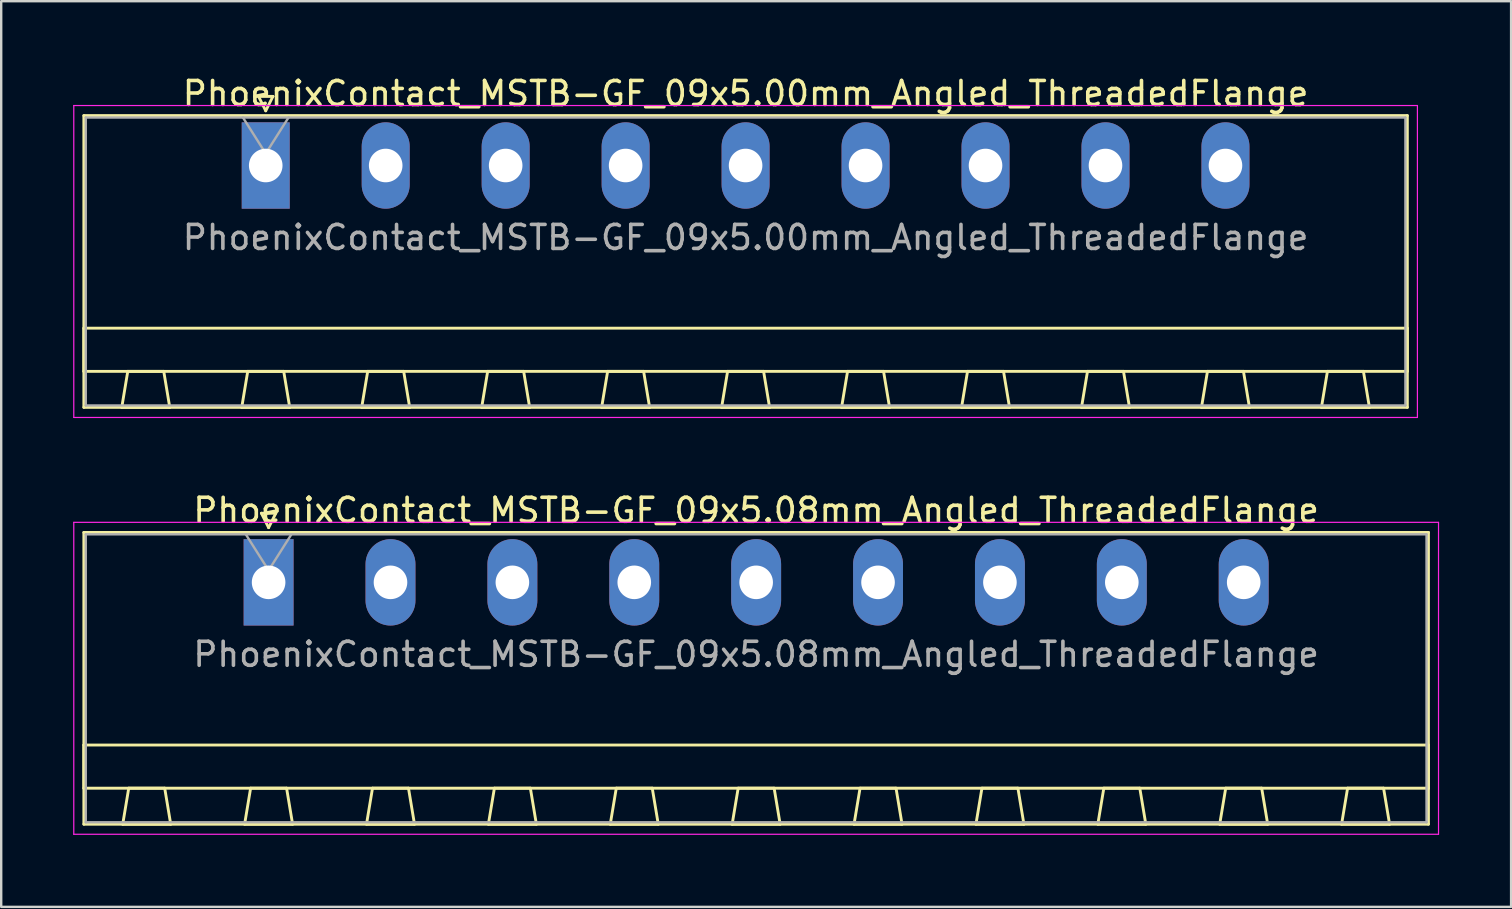
<source format=kicad_pcb>
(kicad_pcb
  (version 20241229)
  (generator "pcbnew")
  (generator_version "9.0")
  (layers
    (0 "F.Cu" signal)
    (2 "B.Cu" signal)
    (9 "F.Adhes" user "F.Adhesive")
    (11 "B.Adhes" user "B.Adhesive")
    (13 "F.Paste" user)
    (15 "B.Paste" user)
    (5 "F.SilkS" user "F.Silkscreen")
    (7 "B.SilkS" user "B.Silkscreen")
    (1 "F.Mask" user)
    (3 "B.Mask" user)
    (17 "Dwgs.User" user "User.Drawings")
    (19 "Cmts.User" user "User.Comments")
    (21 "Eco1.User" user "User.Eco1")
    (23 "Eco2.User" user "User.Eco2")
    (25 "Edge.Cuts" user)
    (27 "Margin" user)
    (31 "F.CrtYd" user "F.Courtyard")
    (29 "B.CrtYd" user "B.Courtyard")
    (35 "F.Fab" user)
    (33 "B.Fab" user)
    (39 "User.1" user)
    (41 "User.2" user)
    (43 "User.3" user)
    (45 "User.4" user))
  (footprint "PhoenixContact_MSTB-GF_09x5.00mm_Angled_ThreadedFlange"
    (layer "F.Cu")
    (at 8.025 3.848)
    (property "Reference" "PhoenixContact_MSTB-GF_09x5.00mm_Angled_ThreadedFlange" (at 20 -3 0) (layer "F.SilkS") (effects (font (size 1 1) (thickness 0.15))))
    (attr through_hole)
    (fp_line (start -7.58 -2.08) (end -7.58 10.08) (stroke (width 0.12) (type solid)) (layer "F.SilkS"))
    (fp_line (start -7.58 6.78) (end 47.58 6.78) (stroke (width 0.12) (type solid)) (layer "F.SilkS"))
    (fp_line (start -7.58 8.58) (end -7.58 6.78) (stroke (width 0.12) (type solid)) (layer "F.SilkS"))
    (fp_line (start -7.58 10.08) (end 47.58 10.08) (stroke (width 0.12) (type solid)) (layer "F.SilkS"))
    (fp_line (start -6 10.08) (end -4 10.08) (stroke (width 0.12) (type solid)) (layer "F.SilkS"))
    (fp_line (start -5.75 8.58) (end -6 10.08) (stroke (width 0.12) (type solid)) (layer "F.SilkS"))
    (fp_line (start -4.25 8.58) (end -5.75 8.58) (stroke (width 0.12) (type solid)) (layer "F.SilkS"))
    (fp_line (start -4 10.08) (end -4.25 8.58) (stroke (width 0.12) (type solid)) (layer "F.SilkS"))
    (fp_line (start -1 10.08) (end 1 10.08) (stroke (width 0.12) (type solid)) (layer "F.SilkS"))
    (fp_line (start -0.75 8.58) (end -1 10.08) (stroke (width 0.12) (type solid)) (layer "F.SilkS"))
    (fp_line (start -0.3 -2.88) (end 0.3 -2.88) (stroke (width 0.12) (type solid)) (layer "F.SilkS"))
    (fp_line (start 0 -2.28) (end -0.3 -2.88) (stroke (width 0.12) (type solid)) (layer "F.SilkS"))
    (fp_line (start 0.3 -2.88) (end 0 -2.28) (stroke (width 0.12) (type solid)) (layer "F.SilkS"))
    (fp_line (start 0.75 8.58) (end -0.75 8.58) (stroke (width 0.12) (type solid)) (layer "F.SilkS"))
    (fp_line (start 1 10.08) (end 0.75 8.58) (stroke (width 0.12) (type solid)) (layer "F.SilkS"))
    (fp_line (start 4 10.08) (end 6 10.08) (stroke (width 0.12) (type solid)) (layer "F.SilkS"))
    (fp_line (start 4.25 8.58) (end 4 10.08) (stroke (width 0.12) (type solid)) (layer "F.SilkS"))
    (fp_line (start 5.75 8.58) (end 4.25 8.58) (stroke (width 0.12) (type solid)) (layer "F.SilkS"))
    (fp_line (start 6 10.08) (end 5.75 8.58) (stroke (width 0.12) (type solid)) (layer "F.SilkS"))
    (fp_line (start 9 10.08) (end 11 10.08) (stroke (width 0.12) (type solid)) (layer "F.SilkS"))
    (fp_line (start 9.25 8.58) (end 9 10.08) (stroke (width 0.12) (type solid)) (layer "F.SilkS"))
    (fp_line (start 10.75 8.58) (end 9.25 8.58) (stroke (width 0.12) (type solid)) (layer "F.SilkS"))
    (fp_line (start 11 10.08) (end 10.75 8.58) (stroke (width 0.12) (type solid)) (layer "F.SilkS"))
    (fp_line (start 14 10.08) (end 16 10.08) (stroke (width 0.12) (type solid)) (layer "F.SilkS"))
    (fp_line (start 14.25 8.58) (end 14 10.08) (stroke (width 0.12) (type solid)) (layer "F.SilkS"))
    (fp_line (start 15.75 8.58) (end 14.25 8.58) (stroke (width 0.12) (type solid)) (layer "F.SilkS"))
    (fp_line (start 16 10.08) (end 15.75 8.58) (stroke (width 0.12) (type solid)) (layer "F.SilkS"))
    (fp_line (start 19 10.08) (end 21 10.08) (stroke (width 0.12) (type solid)) (layer "F.SilkS"))
    (fp_line (start 19.25 8.58) (end 19 10.08) (stroke (width 0.12) (type solid)) (layer "F.SilkS"))
    (fp_line (start 20.75 8.58) (end 19.25 8.58) (stroke (width 0.12) (type solid)) (layer "F.SilkS"))
    (fp_line (start 21 10.08) (end 20.75 8.58) (stroke (width 0.12) (type solid)) (layer "F.SilkS"))
    (fp_line (start 24 10.08) (end 26 10.08) (stroke (width 0.12) (type solid)) (layer "F.SilkS"))
    (fp_line (start 24.25 8.58) (end 24 10.08) (stroke (width 0.12) (type solid)) (layer "F.SilkS"))
    (fp_line (start 25.75 8.58) (end 24.25 8.58) (stroke (width 0.12) (type solid)) (layer "F.SilkS"))
    (fp_line (start 26 10.08) (end 25.75 8.58) (stroke (width 0.12) (type solid)) (layer "F.SilkS"))
    (fp_line (start 29 10.08) (end 31 10.08) (stroke (width 0.12) (type solid)) (layer "F.SilkS"))
    (fp_line (start 29.25 8.58) (end 29 10.08) (stroke (width 0.12) (type solid)) (layer "F.SilkS"))
    (fp_line (start 30.75 8.58) (end 29.25 8.58) (stroke (width 0.12) (type solid)) (layer "F.SilkS"))
    (fp_line (start 31 10.08) (end 30.75 8.58) (stroke (width 0.12) (type solid)) (layer "F.SilkS"))
    (fp_line (start 34 10.08) (end 36 10.08) (stroke (width 0.12) (type solid)) (layer "F.SilkS"))
    (fp_line (start 34.25 8.58) (end 34 10.08) (stroke (width 0.12) (type solid)) (layer "F.SilkS"))
    (fp_line (start 35.75 8.58) (end 34.25 8.58) (stroke (width 0.12) (type solid)) (layer "F.SilkS"))
    (fp_line (start 36 10.08) (end 35.75 8.58) (stroke (width 0.12) (type solid)) (layer "F.SilkS"))
    (fp_line (start 39 10.08) (end 41 10.08) (stroke (width 0.12) (type solid)) (layer "F.SilkS"))
    (fp_line (start 39.25 8.58) (end 39 10.08) (stroke (width 0.12) (type solid)) (layer "F.SilkS"))
    (fp_line (start 40.75 8.58) (end 39.25 8.58) (stroke (width 0.12) (type solid)) (layer "F.SilkS"))
    (fp_line (start 41 10.08) (end 40.75 8.58) (stroke (width 0.12) (type solid)) (layer "F.SilkS"))
    (fp_line (start 44 10.08) (end 46 10.08) (stroke (width 0.12) (type solid)) (layer "F.SilkS"))
    (fp_line (start 44.25 8.58) (end 44 10.08) (stroke (width 0.12) (type solid)) (layer "F.SilkS"))
    (fp_line (start 45.75 8.58) (end 44.25 8.58) (stroke (width 0.12) (type solid)) (layer "F.SilkS"))
    (fp_line (start 46 10.08) (end 45.75 8.58) (stroke (width 0.12) (type solid)) (layer "F.SilkS"))
    (fp_line (start 47.58 -2.08) (end -7.58 -2.08) (stroke (width 0.12) (type solid)) (layer "F.SilkS"))
    (fp_line (start 47.58 6.78) (end 47.58 8.58) (stroke (width 0.12) (type solid)) (layer "F.SilkS"))
    (fp_line (start 47.58 8.58) (end -7.58 8.58) (stroke (width 0.12) (type solid)) (layer "F.SilkS"))
    (fp_line (start 47.58 10.08) (end 47.58 -2.08) (stroke (width 0.12) (type solid)) (layer "F.SilkS"))
    (fp_line (start -8 -2.5) (end -8 10.5) (stroke (width 0.05) (type solid)) (layer "F.CrtYd"))
    (fp_line (start -8 10.5) (end 48 10.5) (stroke (width 0.05) (type solid)) (layer "F.CrtYd"))
    (fp_line (start 48 -2.5) (end -8 -2.5) (stroke (width 0.05) (type solid)) (layer "F.CrtYd"))
    (fp_line (start 48 10.5) (end 48 -2.5) (stroke (width 0.05) (type solid)) (layer "F.CrtYd"))
    (fp_line (start -7.5 -2) (end -7.5 10) (stroke (width 0.1) (type solid)) (layer "F.Fab"))
    (fp_line (start -7.5 10) (end 47.5 10) (stroke (width 0.1) (type solid)) (layer "F.Fab"))
    (fp_line (start 0 -0.5) (end -0.95 -2) (stroke (width 0.1) (type solid)) (layer "F.Fab"))
    (fp_line (start 0.95 -2) (end 0 -0.5) (stroke (width 0.1) (type solid)) (layer "F.Fab"))
    (fp_line (start 47.5 -2) (end -7.5 -2) (stroke (width 0.1) (type solid)) (layer "F.Fab"))
    (fp_line (start 47.5 10) (end 47.5 -2) (stroke (width 0.1) (type solid)) (layer "F.Fab"))
    (fp_text user "${REFERENCE}" (at 20 3 0) (layer "F.Fab") (effects (font (size 1 1) (thickness 0.15))))
    (pad "1" thru_hole rect (at 0 0) (size 2 3.6) (drill 1.4) (layers "*.Cu" "*.Mask"))
    (pad "2" thru_hole oval (at 5 0) (size 2 3.6) (drill 1.4) (layers "*.Cu" "*.Mask"))
    (pad "3" thru_hole oval (at 10 0) (size 2 3.6) (drill 1.4) (layers "*.Cu" "*.Mask"))
    (pad "4" thru_hole oval (at 15 0) (size 2 3.6) (drill 1.4) (layers "*.Cu" "*.Mask"))
    (pad "5" thru_hole oval (at 20 0) (size 2 3.6) (drill 1.4) (layers "*.Cu" "*.Mask"))
    (pad "6" thru_hole oval (at 25 0) (size 2 3.6) (drill 1.4) (layers "*.Cu" "*.Mask"))
    (pad "7" thru_hole oval (at 30 0) (size 2 3.6) (drill 1.4) (layers "*.Cu" "*.Mask"))
    (pad "8" thru_hole oval (at 35 0) (size 2 3.6) (drill 1.4) (layers "*.Cu" "*.Mask"))
    (pad "9" thru_hole oval (at 40 0) (size 2 3.6) (drill 1.4) (layers "*.Cu" "*.Mask")))
  (footprint "PhoenixContact_MSTB-GF_09x5.08mm_Angled_ThreadedFlange"
    (layer "F.Cu")
    (at 8.145 21.221)
    (property "Reference" "PhoenixContact_MSTB-GF_09x5.08mm_Angled_ThreadedFlange" (at 20.32 -3 0) (layer "F.SilkS") (effects (font (size 1 1) (thickness 0.15))))
    (attr through_hole)
    (fp_line (start -7.7 -2.08) (end -7.7 10.08) (stroke (width 0.12) (type solid)) (layer "F.SilkS"))
    (fp_line (start -7.7 6.78) (end 48.34 6.78) (stroke (width 0.12) (type solid)) (layer "F.SilkS"))
    (fp_line (start -7.7 8.58) (end -7.7 6.78) (stroke (width 0.12) (type solid)) (layer "F.SilkS"))
    (fp_line (start -7.7 10.08) (end 48.34 10.08) (stroke (width 0.12) (type solid)) (layer "F.SilkS"))
    (fp_line (start -6.08 10.08) (end -4.08 10.08) (stroke (width 0.12) (type solid)) (layer "F.SilkS"))
    (fp_line (start -5.83 8.58) (end -6.08 10.08) (stroke (width 0.12) (type solid)) (layer "F.SilkS"))
    (fp_line (start -4.33 8.58) (end -5.83 8.58) (stroke (width 0.12) (type solid)) (layer "F.SilkS"))
    (fp_line (start -4.08 10.08) (end -4.33 8.58) (stroke (width 0.12) (type solid)) (layer "F.SilkS"))
    (fp_line (start -1 10.08) (end 1 10.08) (stroke (width 0.12) (type solid)) (layer "F.SilkS"))
    (fp_line (start -0.75 8.58) (end -1 10.08) (stroke (width 0.12) (type solid)) (layer "F.SilkS"))
    (fp_line (start -0.3 -2.88) (end 0.3 -2.88) (stroke (width 0.12) (type solid)) (layer "F.SilkS"))
    (fp_line (start 0 -2.28) (end -0.3 -2.88) (stroke (width 0.12) (type solid)) (layer "F.SilkS"))
    (fp_line (start 0.3 -2.88) (end 0 -2.28) (stroke (width 0.12) (type solid)) (layer "F.SilkS"))
    (fp_line (start 0.75 8.58) (end -0.75 8.58) (stroke (width 0.12) (type solid)) (layer "F.SilkS"))
    (fp_line (start 1 10.08) (end 0.75 8.58) (stroke (width 0.12) (type solid)) (layer "F.SilkS"))
    (fp_line (start 4.08 10.08) (end 6.08 10.08) (stroke (width 0.12) (type solid)) (layer "F.SilkS"))
    (fp_line (start 4.33 8.58) (end 4.08 10.08) (stroke (width 0.12) (type solid)) (layer "F.SilkS"))
    (fp_line (start 5.83 8.58) (end 4.33 8.58) (stroke (width 0.12) (type solid)) (layer "F.SilkS"))
    (fp_line (start 6.08 10.08) (end 5.83 8.58) (stroke (width 0.12) (type solid)) (layer "F.SilkS"))
    (fp_line (start 9.16 10.08) (end 11.16 10.08) (stroke (width 0.12) (type solid)) (layer "F.SilkS"))
    (fp_line (start 9.41 8.58) (end 9.16 10.08) (stroke (width 0.12) (type solid)) (layer "F.SilkS"))
    (fp_line (start 10.91 8.58) (end 9.41 8.58) (stroke (width 0.12) (type solid)) (layer "F.SilkS"))
    (fp_line (start 11.16 10.08) (end 10.91 8.58) (stroke (width 0.12) (type solid)) (layer "F.SilkS"))
    (fp_line (start 14.24 10.08) (end 16.24 10.08) (stroke (width 0.12) (type solid)) (layer "F.SilkS"))
    (fp_line (start 14.49 8.58) (end 14.24 10.08) (stroke (width 0.12) (type solid)) (layer "F.SilkS"))
    (fp_line (start 15.99 8.58) (end 14.49 8.58) (stroke (width 0.12) (type solid)) (layer "F.SilkS"))
    (fp_line (start 16.24 10.08) (end 15.99 8.58) (stroke (width 0.12) (type solid)) (layer "F.SilkS"))
    (fp_line (start 19.32 10.08) (end 21.32 10.08) (stroke (width 0.12) (type solid)) (layer "F.SilkS"))
    (fp_line (start 19.57 8.58) (end 19.32 10.08) (stroke (width 0.12) (type solid)) (layer "F.SilkS"))
    (fp_line (start 21.07 8.58) (end 19.57 8.58) (stroke (width 0.12) (type solid)) (layer "F.SilkS"))
    (fp_line (start 21.32 10.08) (end 21.07 8.58) (stroke (width 0.12) (type solid)) (layer "F.SilkS"))
    (fp_line (start 24.4 10.08) (end 26.4 10.08) (stroke (width 0.12) (type solid)) (layer "F.SilkS"))
    (fp_line (start 24.65 8.58) (end 24.4 10.08) (stroke (width 0.12) (type solid)) (layer "F.SilkS"))
    (fp_line (start 26.15 8.58) (end 24.65 8.58) (stroke (width 0.12) (type solid)) (layer "F.SilkS"))
    (fp_line (start 26.4 10.08) (end 26.15 8.58) (stroke (width 0.12) (type solid)) (layer "F.SilkS"))
    (fp_line (start 29.48 10.08) (end 31.48 10.08) (stroke (width 0.12) (type solid)) (layer "F.SilkS"))
    (fp_line (start 29.73 8.58) (end 29.48 10.08) (stroke (width 0.12) (type solid)) (layer "F.SilkS"))
    (fp_line (start 31.23 8.58) (end 29.73 8.58) (stroke (width 0.12) (type solid)) (layer "F.SilkS"))
    (fp_line (start 31.48 10.08) (end 31.23 8.58) (stroke (width 0.12) (type solid)) (layer "F.SilkS"))
    (fp_line (start 34.56 10.08) (end 36.56 10.08) (stroke (width 0.12) (type solid)) (layer "F.SilkS"))
    (fp_line (start 34.81 8.58) (end 34.56 10.08) (stroke (width 0.12) (type solid)) (layer "F.SilkS"))
    (fp_line (start 36.31 8.58) (end 34.81 8.58) (stroke (width 0.12) (type solid)) (layer "F.SilkS"))
    (fp_line (start 36.56 10.08) (end 36.31 8.58) (stroke (width 0.12) (type solid)) (layer "F.SilkS"))
    (fp_line (start 39.64 10.08) (end 41.64 10.08) (stroke (width 0.12) (type solid)) (layer "F.SilkS"))
    (fp_line (start 39.89 8.58) (end 39.64 10.08) (stroke (width 0.12) (type solid)) (layer "F.SilkS"))
    (fp_line (start 41.39 8.58) (end 39.89 8.58) (stroke (width 0.12) (type solid)) (layer "F.SilkS"))
    (fp_line (start 41.64 10.08) (end 41.39 8.58) (stroke (width 0.12) (type solid)) (layer "F.SilkS"))
    (fp_line (start 44.72 10.08) (end 46.72 10.08) (stroke (width 0.12) (type solid)) (layer "F.SilkS"))
    (fp_line (start 44.97 8.58) (end 44.72 10.08) (stroke (width 0.12) (type solid)) (layer "F.SilkS"))
    (fp_line (start 46.47 8.58) (end 44.97 8.58) (stroke (width 0.12) (type solid)) (layer "F.SilkS"))
    (fp_line (start 46.72 10.08) (end 46.47 8.58) (stroke (width 0.12) (type solid)) (layer "F.SilkS"))
    (fp_line (start 48.34 -2.08) (end -7.7 -2.08) (stroke (width 0.12) (type solid)) (layer "F.SilkS"))
    (fp_line (start 48.34 6.78) (end 48.34 8.58) (stroke (width 0.12) (type solid)) (layer "F.SilkS"))
    (fp_line (start 48.34 8.58) (end -7.7 8.58) (stroke (width 0.12) (type solid)) (layer "F.SilkS"))
    (fp_line (start 48.34 10.08) (end 48.34 -2.08) (stroke (width 0.12) (type solid)) (layer "F.SilkS"))
    (fp_line (start -8.12 -2.5) (end -8.12 10.5) (stroke (width 0.05) (type solid)) (layer "F.CrtYd"))
    (fp_line (start -8.12 10.5) (end 48.76 10.5) (stroke (width 0.05) (type solid)) (layer "F.CrtYd"))
    (fp_line (start 48.76 -2.5) (end -8.12 -2.5) (stroke (width 0.05) (type solid)) (layer "F.CrtYd"))
    (fp_line (start 48.76 10.5) (end 48.76 -2.5) (stroke (width 0.05) (type solid)) (layer "F.CrtYd"))
    (fp_line (start -7.62 -2) (end -7.62 10) (stroke (width 0.1) (type solid)) (layer "F.Fab"))
    (fp_line (start -7.62 10) (end 48.26 10) (stroke (width 0.1) (type solid)) (layer "F.Fab"))
    (fp_line (start 0 -0.5) (end -0.95 -2) (stroke (width 0.1) (type solid)) (layer "F.Fab"))
    (fp_line (start 0.95 -2) (end 0 -0.5) (stroke (width 0.1) (type solid)) (layer "F.Fab"))
    (fp_line (start 48.26 -2) (end -7.62 -2) (stroke (width 0.1) (type solid)) (layer "F.Fab"))
    (fp_line (start 48.26 10) (end 48.26 -2) (stroke (width 0.1) (type solid)) (layer "F.Fab"))
    (fp_text user "${REFERENCE}" (at 20.32 3 0) (layer "F.Fab") (effects (font (size 1 1) (thickness 0.15))))
    (pad "1" thru_hole rect (at 0 0) (size 2.08 3.6) (drill 1.4) (layers "*.Cu" "*.Mask"))
    (pad "2" thru_hole oval (at 5.08 0) (size 2.08 3.6) (drill 1.4) (layers "*.Cu" "*.Mask"))
    (pad "3" thru_hole oval (at 10.16 0) (size 2.08 3.6) (drill 1.4) (layers "*.Cu" "*.Mask"))
    (pad "4" thru_hole oval (at 15.24 0) (size 2.08 3.6) (drill 1.4) (layers "*.Cu" "*.Mask"))
    (pad "5" thru_hole oval (at 20.32 0) (size 2.08 3.6) (drill 1.4) (layers "*.Cu" "*.Mask"))
    (pad "6" thru_hole oval (at 25.4 0) (size 2.08 3.6) (drill 1.4) (layers "*.Cu" "*.Mask"))
    (pad "7" thru_hole oval (at 30.48 0) (size 2.08 3.6) (drill 1.4) (layers "*.Cu" "*.Mask"))
    (pad "8" thru_hole oval (at 35.56 0) (size 2.08 3.6) (drill 1.4) (layers "*.Cu" "*.Mask"))
    (pad "9" thru_hole oval (at 40.64 0) (size 2.08 3.6) (drill 1.4) (layers "*.Cu" "*.Mask")))
  (gr_rect
    (start -3 -3)
    (end 59.93 34.746)
    (stroke (width 0.1) (type default))
    (fill no)
    (layer "Edge.Cuts")))
</source>
